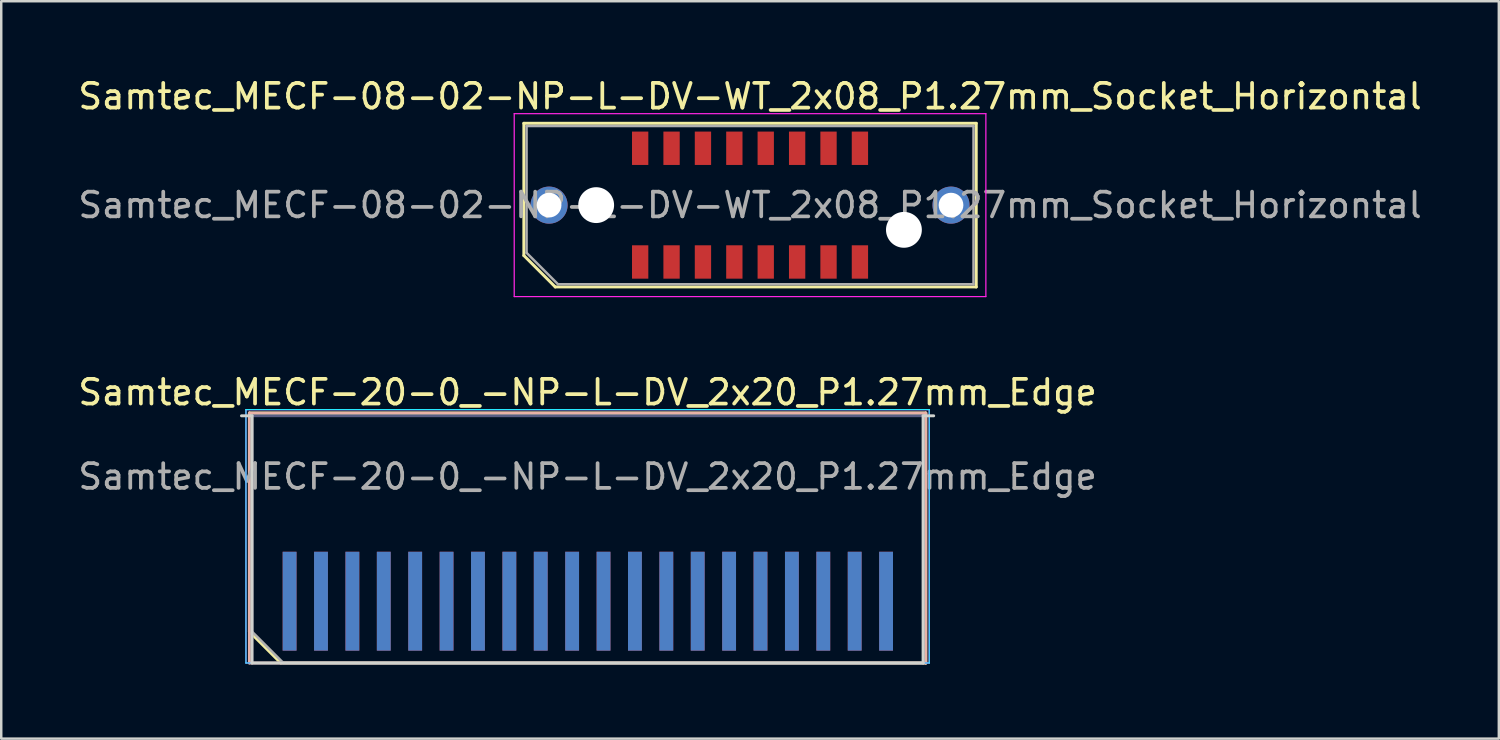
<source format=kicad_pcb>
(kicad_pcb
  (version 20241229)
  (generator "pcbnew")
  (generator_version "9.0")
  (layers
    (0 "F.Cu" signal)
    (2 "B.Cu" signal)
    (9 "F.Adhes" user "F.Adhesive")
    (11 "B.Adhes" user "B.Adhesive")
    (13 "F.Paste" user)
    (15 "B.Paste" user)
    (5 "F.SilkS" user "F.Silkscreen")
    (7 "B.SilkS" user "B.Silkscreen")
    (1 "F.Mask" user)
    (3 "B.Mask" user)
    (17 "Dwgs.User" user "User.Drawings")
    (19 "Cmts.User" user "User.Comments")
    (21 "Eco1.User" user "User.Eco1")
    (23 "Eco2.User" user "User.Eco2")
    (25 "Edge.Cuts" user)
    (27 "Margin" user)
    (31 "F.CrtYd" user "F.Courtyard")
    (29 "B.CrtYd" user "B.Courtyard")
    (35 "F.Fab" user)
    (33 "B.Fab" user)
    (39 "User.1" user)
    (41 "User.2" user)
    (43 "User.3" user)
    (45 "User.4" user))
  (footprint "Samtec_MECF-20-0_-NP-L-DV_2x20_P1.27mm_Edge"
    (layer "F.Cu")
    (at 20.72 18.771)
    (property "Reference" "Samtec_MECF-20-0_-NP-L-DV_2x20_P1.27mm_Edge" (at 0 -5.95 0) (layer "F.SilkS") (effects (font (size 1 1) (thickness 0.15))))
    (attr exclude_from_pos_files exclude_from_bom)
    (fp_line (start -13.68 -5.11) (end 13.68 -5.11) (stroke (width 0.12) (type solid)) (layer "F.SilkS"))
    (fp_line (start -13.68 3.73) (end -13.68 -5.11) (stroke (width 0.12) (type solid)) (layer "F.SilkS"))
    (fp_line (start -12.41 5) (end -13.68 3.73) (stroke (width 0.12) (type solid)) (layer "F.SilkS"))
    (fp_line (start -12.41 5) (end 13.68 5) (stroke (width 0.12) (type solid)) (layer "F.SilkS"))
    (fp_line (start 13.68 5) (end 13.68 -5.11) (stroke (width 0.12) (type solid)) (layer "F.SilkS"))
    (fp_line (start -13.68 -5.11) (end 13.68 -5.11) (stroke (width 0.12) (type solid)) (layer "B.SilkS"))
    (fp_line (start -13.68 5) (end -13.68 -5.11) (stroke (width 0.12) (type solid)) (layer "B.SilkS"))
    (fp_line (start -13.68 5) (end 13.68 5) (stroke (width 0.12) (type solid)) (layer "B.SilkS"))
    (fp_line (start 13.68 5) (end 13.68 -5.11) (stroke (width 0.12) (type solid)) (layer "B.SilkS"))
    (fp_line (start -14 -5) (end -13.575 -5) (stroke (width 0.12) (type solid)) (layer "Edge.Cuts"))
    (fp_line (start -13.575 5) (end -13.575 -5) (stroke (width 0.12) (type solid)) (layer "Edge.Cuts"))
    (fp_line (start -13.575 5) (end 13.575 5) (stroke (width 0.12) (type solid)) (layer "Edge.Cuts"))
    (fp_line (start 13.575 5) (end 13.575 -5) (stroke (width 0.12) (type solid)) (layer "Edge.Cuts"))
    (fp_line (start 14 -5) (end 13.575 -5) (stroke (width 0.12) (type solid)) (layer "Edge.Cuts"))
    (fp_line (start -13.82 -5.25) (end -13.82 5) (stroke (width 0.05) (type solid)) (layer "B.CrtYd"))
    (fp_line (start -13.82 5) (end 13.82 5) (stroke (width 0.05) (type solid)) (layer "B.CrtYd"))
    (fp_line (start 13.82 -5.25) (end -13.82 -5.25) (stroke (width 0.05) (type solid)) (layer "B.CrtYd"))
    (fp_line (start 13.82 5) (end 13.82 -5.25) (stroke (width 0.05) (type solid)) (layer "B.CrtYd"))
    (fp_line (start -13.82 -5.25) (end -13.82 5) (stroke (width 0.05) (type solid)) (layer "F.CrtYd"))
    (fp_line (start -13.82 5) (end 13.82 5) (stroke (width 0.05) (type solid)) (layer "F.CrtYd"))
    (fp_line (start 13.82 -5.25) (end -13.82 -5.25) (stroke (width 0.05) (type solid)) (layer "F.CrtYd"))
    (fp_line (start 13.82 5) (end 13.82 -5.25) (stroke (width 0.05) (type solid)) (layer "F.CrtYd"))
    (fp_line (start -13.575 -5) (end 13.575 -5) (stroke (width 0.1) (type solid)) (layer "B.Fab"))
    (fp_line (start -13.575 5) (end -13.575 -5) (stroke (width 0.1) (type solid)) (layer "B.Fab"))
    (fp_line (start -13.575 5) (end 13.575 5) (stroke (width 0.1) (type solid)) (layer "B.Fab"))
    (fp_line (start 13.575 5) (end 13.575 -5) (stroke (width 0.1) (type solid)) (layer "B.Fab"))
    (fp_line (start -13.575 -5) (end 13.575 -5) (stroke (width 0.1) (type solid)) (layer "F.Fab"))
    (fp_line (start -13.575 3.73) (end -13.575 -5) (stroke (width 0.1) (type solid)) (layer "F.Fab"))
    (fp_line (start -13.575 3.73) (end -12.305 5) (stroke (width 0.1) (type solid)) (layer "F.Fab"))
    (fp_line (start -12.305 5) (end 13.575 5) (stroke (width 0.1) (type solid)) (layer "F.Fab"))
    (fp_line (start 13.575 5) (end 13.575 -5) (stroke (width 0.1) (type solid)) (layer "F.Fab"))
    (fp_text user "${REFERENCE}" (at 0 -2.54 0) (layer "F.Fab") (effects (font (size 1 1) (thickness 0.15))))
    (pad "1" connect rect (at -12.055 2.5) (size 0.56 4) (layers "F.Cu" "F.Mask"))
    (pad "2" connect rect (at -12.055 2.5) (size 0.56 4) (layers "B.Cu" "B.Mask"))
    (pad "3" connect rect (at -10.785 2.5) (size 0.56 4) (layers "F.Cu" "F.Mask"))
    (pad "4" connect rect (at -10.785 2.5) (size 0.56 4) (layers "B.Cu" "B.Mask"))
    (pad "5" connect rect (at -9.515 2.5) (size 0.56 4) (layers "F.Cu" "F.Mask"))
    (pad "6" connect rect (at -9.515 2.5) (size 0.56 4) (layers "B.Cu" "B.Mask"))
    (pad "7" connect rect (at -8.245 2.5) (size 0.56 4) (layers "F.Cu" "F.Mask"))
    (pad "8" connect rect (at -8.245 2.5) (size 0.56 4) (layers "B.Cu" "B.Mask"))
    (pad "9" connect rect (at -6.975 2.5) (size 0.56 4) (layers "F.Cu" "F.Mask"))
    (pad "10" connect rect (at -6.975 2.5) (size 0.56 4) (layers "B.Cu" "B.Mask"))
    (pad "11" connect rect (at -5.705 2.5) (size 0.56 4) (layers "F.Cu" "F.Mask"))
    (pad "12" connect rect (at -5.705 2.5) (size 0.56 4) (layers "B.Cu" "B.Mask"))
    (pad "13" connect rect (at -4.435 2.5) (size 0.56 4) (layers "F.Cu" "F.Mask"))
    (pad "14" connect rect (at -4.435 2.5) (size 0.56 4) (layers "B.Cu" "B.Mask"))
    (pad "15" connect rect (at -3.165 2.5) (size 0.56 4) (layers "F.Cu" "F.Mask"))
    (pad "16" connect rect (at -3.165 2.5) (size 0.56 4) (layers "B.Cu" "B.Mask"))
    (pad "17" connect rect (at -1.895 2.5) (size 0.56 4) (layers "F.Cu" "F.Mask"))
    (pad "18" connect rect (at -1.895 2.5) (size 0.56 4) (layers "B.Cu" "B.Mask"))
    (pad "19" connect rect (at -0.625 2.5) (size 0.56 4) (layers "F.Cu" "F.Mask"))
    (pad "20" connect rect (at -0.625 2.5) (size 0.56 4) (layers "B.Cu" "B.Mask"))
    (pad "21" connect rect (at 0.645 2.5) (size 0.56 4) (layers "F.Cu" "F.Mask"))
    (pad "22" connect rect (at 0.645 2.5) (size 0.56 4) (layers "B.Cu" "B.Mask"))
    (pad "23" connect rect (at 1.915 2.5) (size 0.56 4) (layers "F.Cu" "F.Mask"))
    (pad "24" connect rect (at 1.915 2.5) (size 0.56 4) (layers "B.Cu" "B.Mask"))
    (pad "25" connect rect (at 3.185 2.5) (size 0.56 4) (layers "F.Cu" "F.Mask"))
    (pad "26" connect rect (at 3.185 2.5) (size 0.56 4) (layers "B.Cu" "B.Mask"))
    (pad "27" connect rect (at 4.455 2.5) (size 0.56 4) (layers "F.Cu" "F.Mask"))
    (pad "28" connect rect (at 4.455 2.5) (size 0.56 4) (layers "B.Cu" "B.Mask"))
    (pad "29" connect rect (at 5.725 2.5) (size 0.56 4) (layers "F.Cu" "F.Mask"))
    (pad "30" connect rect (at 5.725 2.5) (size 0.56 4) (layers "B.Cu" "B.Mask"))
    (pad "31" connect rect (at 6.995 2.5) (size 0.56 4) (layers "F.Cu" "F.Mask"))
    (pad "32" connect rect (at 6.995 2.5) (size 0.56 4) (layers "B.Cu" "B.Mask"))
    (pad "33" connect rect (at 8.265 2.5) (size 0.56 4) (layers "F.Cu" "F.Mask"))
    (pad "34" connect rect (at 8.265 2.5) (size 0.56 4) (layers "B.Cu" "B.Mask"))
    (pad "35" connect rect (at 9.535 2.5) (size 0.56 4) (layers "F.Cu" "F.Mask"))
    (pad "36" connect rect (at 9.535 2.5) (size 0.56 4) (layers "B.Cu" "B.Mask"))
    (pad "37" connect rect (at 10.805 2.5) (size 0.56 4) (layers "F.Cu" "F.Mask"))
    (pad "38" connect rect (at 10.805 2.5) (size 0.56 4) (layers "B.Cu" "B.Mask"))
    (pad "39" connect rect (at 12.075 2.5) (size 0.56 4) (layers "F.Cu" "F.Mask"))
    (pad "40" connect rect (at 12.075 2.5) (size 0.56 4) (layers "B.Cu" "B.Mask")))
  (footprint "Samtec_MECF-08-02-NP-L-DV-WT_2x08_P1.27mm_Socket_Horizontal"
    (layer "F.Cu")
    (at 27.292 5.248)
    (property "Reference" "Samtec_MECF-08-02-NP-L-DV-WT_2x08_P1.27mm_Socket_Horizontal" (at 0 -4.4 0) (layer "F.SilkS") (effects (font (size 1 1) (thickness 0.15))))
    (attr smd)
    (fp_line (start -9.15 -3.31) (end 9.15 -3.31) (stroke (width 0.12) (type solid)) (layer "F.SilkS"))
    (fp_line (start -9.15 2.04) (end -9.15 -3.31) (stroke (width 0.12) (type solid)) (layer "F.SilkS"))
    (fp_line (start -7.88 3.31) (end -9.15 2.04) (stroke (width 0.12) (type solid)) (layer "F.SilkS"))
    (fp_line (start -7.88 3.31) (end 9.15 3.31) (stroke (width 0.12) (type solid)) (layer "F.SilkS"))
    (fp_line (start 9.15 3.31) (end 9.15 -3.31) (stroke (width 0.12) (type solid)) (layer "F.SilkS"))
    (fp_line (start -9.54 -3.7) (end -9.54 3.7) (stroke (width 0.05) (type solid)) (layer "F.CrtYd"))
    (fp_line (start -9.54 3.7) (end 9.54 3.7) (stroke (width 0.05) (type solid)) (layer "F.CrtYd"))
    (fp_line (start 9.54 -3.7) (end -9.54 -3.7) (stroke (width 0.05) (type solid)) (layer "F.CrtYd"))
    (fp_line (start 9.54 3.7) (end 9.54 -3.7) (stroke (width 0.05) (type solid)) (layer "F.CrtYd"))
    (fp_line (start -9.04 -3.2) (end 9.04 -3.2) (stroke (width 0.1) (type solid)) (layer "F.Fab"))
    (fp_line (start -9.04 1.93) (end -9.04 -3.2) (stroke (width 0.1) (type solid)) (layer "F.Fab"))
    (fp_line (start -9.04 1.93) (end -7.77 3.2) (stroke (width 0.1) (type solid)) (layer "F.Fab"))
    (fp_line (start -7.77 3.2) (end 9.04 3.2) (stroke (width 0.1) (type solid)) (layer "F.Fab"))
    (fp_line (start 9.04 3.2) (end 9.04 -3.2) (stroke (width 0.1) (type solid)) (layer "F.Fab"))
    (fp_text user "${REFERENCE}" (at 0 0 0) (layer "F.Fab") (effects (font (size 1 1) (thickness 0.15))))
    (pad "" thru_hole circle (at -8.13 0) (size 1.5 1.5) (drill 1) (layers "*.Cu" "*.Mask"))
    (pad "" np_thru_hole circle (at -6.225 0) (size 1.45 1.45) (drill 1.45) (layers "*.Cu" "*.Mask"))
    (pad "" np_thru_hole circle (at 6.225 1) (size 1.45 1.45) (drill 1.45) (layers "*.Cu" "*.Mask"))
    (pad "" thru_hole circle (at 8.13 0) (size 1.5 1.5) (drill 1) (layers "*.Cu" "*.Mask"))
    (pad "1" smd rect (at -4.445 2.3) (size 0.66 1.35) (layers "F.Cu" "F.Mask" "F.Paste"))
    (pad "2" smd rect (at -4.445 -2.3) (size 0.66 1.35) (layers "F.Cu" "F.Mask" "F.Paste"))
    (pad "3" smd rect (at -3.175 2.3) (size 0.66 1.35) (layers "F.Cu" "F.Mask" "F.Paste"))
    (pad "4" smd rect (at -3.175 -2.3) (size 0.66 1.35) (layers "F.Cu" "F.Mask" "F.Paste"))
    (pad "5" smd rect (at -1.905 2.3) (size 0.66 1.35) (layers "F.Cu" "F.Mask" "F.Paste"))
    (pad "6" smd rect (at -1.905 -2.3) (size 0.66 1.35) (layers "F.Cu" "F.Mask" "F.Paste"))
    (pad "7" smd rect (at -0.635 2.3) (size 0.66 1.35) (layers "F.Cu" "F.Mask" "F.Paste"))
    (pad "8" smd rect (at -0.635 -2.3) (size 0.66 1.35) (layers "F.Cu" "F.Mask" "F.Paste"))
    (pad "9" smd rect (at 0.635 2.3) (size 0.66 1.35) (layers "F.Cu" "F.Mask" "F.Paste"))
    (pad "10" smd rect (at 0.635 -2.3) (size 0.66 1.35) (layers "F.Cu" "F.Mask" "F.Paste"))
    (pad "11" smd rect (at 1.905 2.3) (size 0.66 1.35) (layers "F.Cu" "F.Mask" "F.Paste"))
    (pad "12" smd rect (at 1.905 -2.3) (size 0.66 1.35) (layers "F.Cu" "F.Mask" "F.Paste"))
    (pad "13" smd rect (at 3.175 2.3) (size 0.66 1.35) (layers "F.Cu" "F.Mask" "F.Paste"))
    (pad "14" smd rect (at 3.175 -2.3) (size 0.66 1.35) (layers "F.Cu" "F.Mask" "F.Paste"))
    (pad "15" smd rect (at 4.445 2.3) (size 0.66 1.35) (layers "F.Cu" "F.Mask" "F.Paste"))
    (pad "16" smd rect (at 4.445 -2.3) (size 0.66 1.35) (layers "F.Cu" "F.Mask" "F.Paste")))
  (gr_rect
    (start -3 -3)
    (end 57.583 26.831)
    (stroke (width 0.1) (type default))
    (fill no)
    (layer "Edge.Cuts")))
</source>
